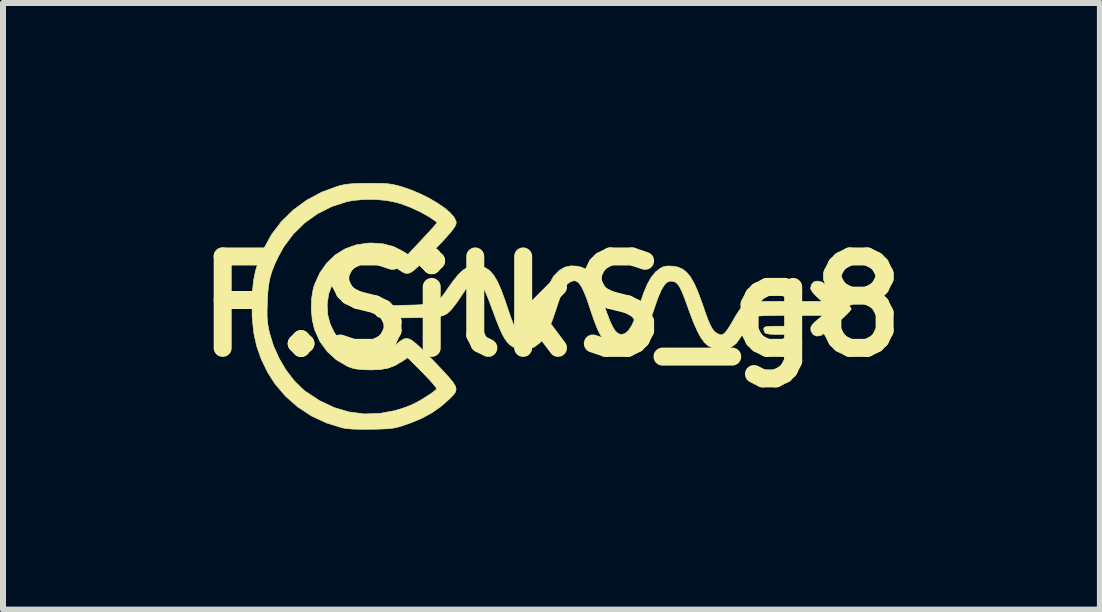
<source format=kicad_pcb>
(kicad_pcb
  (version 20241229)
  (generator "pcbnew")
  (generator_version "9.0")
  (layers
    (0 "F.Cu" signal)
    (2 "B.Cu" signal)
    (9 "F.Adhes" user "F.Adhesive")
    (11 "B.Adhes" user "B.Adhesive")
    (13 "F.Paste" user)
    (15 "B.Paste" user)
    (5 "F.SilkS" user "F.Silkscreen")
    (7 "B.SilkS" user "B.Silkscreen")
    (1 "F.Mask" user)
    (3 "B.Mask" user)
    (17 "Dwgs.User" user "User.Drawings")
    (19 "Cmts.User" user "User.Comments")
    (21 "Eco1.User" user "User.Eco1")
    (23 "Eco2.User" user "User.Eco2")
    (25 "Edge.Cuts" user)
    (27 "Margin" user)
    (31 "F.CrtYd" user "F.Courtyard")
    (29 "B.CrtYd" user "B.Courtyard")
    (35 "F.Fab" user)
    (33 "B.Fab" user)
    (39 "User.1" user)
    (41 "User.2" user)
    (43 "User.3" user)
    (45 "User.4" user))
  (footprint "F.SilkS_g8"
    (layer "F.Cu")
    (at 6.14 2.058)
    (property "Reference" "F.SilkS_g8" (at 0 0 0) (layer "F.SilkS") (effects (font (size 1.524 1.524) (thickness 0.3))))
    (attr through_hole)
    (fp_poly (pts (xy 3.946 0.328) (xy 4.025 0.33) (xy 4.076 0.333) (xy 4.104 0.341) (xy 4.118 0.353) (xy 4.123 0.371) (xy 4.124 0.379) (xy 4.119 0.425) (xy 4.103 0.447) (xy 4.071 0.454) (xy 4.007 0.46) (xy 3.92 0.464) (xy 3.828 0.465) (xy 3.715 0.464) (xy 3.637 0.46) (xy 3.587 0.452) (xy 3.561 0.439) (xy 3.557 0.435) (xy 3.538 0.389) (xy 3.539 0.366) (xy 3.545 0.351) (xy 3.563 0.34) (xy 3.597 0.333) (xy 3.656 0.33) (xy 3.746 0.328) (xy 3.831 0.328) (xy 3.946 0.328)) (stroke (width 0.01) (type solid)) (fill yes) (layer "F.SilkS"))
    (fp_poly (pts (xy -2.9 -2.052) (xy -2.795 -2.05) (xy -2.713 -2.044) (xy -2.643 -2.033) (xy -2.575 -2.018) (xy -2.516 -2.002) (xy -2.354 -1.948) (xy -2.195 -1.882) (xy -2.045 -1.808) (xy -1.907 -1.728) (xy -1.788 -1.647) (xy -1.692 -1.566) (xy -1.625 -1.491) (xy -1.591 -1.423) (xy -1.587 -1.399) (xy -1.592 -1.371) (xy -1.608 -1.336) (xy -1.639 -1.29) (xy -1.685 -1.231) (xy -1.752 -1.155) (xy -1.84 -1.06) (xy -1.953 -0.941) (xy -2.094 -0.796) (xy -2.101 -0.788) (xy -2.2 -0.688) (xy -2.277 -0.617) (xy -2.338 -0.572) (xy -2.389 -0.552) (xy -2.438 -0.555) (xy -2.489 -0.579) (xy -2.551 -0.621) (xy -2.569 -0.635) (xy -2.694 -0.715) (xy -2.818 -0.762) (xy -2.958 -0.782) (xy -3.014 -0.783) (xy -3.178 -0.763) (xy -3.328 -0.707) (xy -3.46 -0.619) (xy -3.571 -0.504) (xy -3.656 -0.366) (xy -3.713 -0.21) (xy -3.738 -0.039) (xy -3.729 0.136) (xy -3.688 0.29) (xy -3.618 0.436) (xy -3.524 0.564) (xy -3.414 0.668) (xy -3.292 0.739) (xy -3.26 0.751) (xy -3.147 0.777) (xy -3.02 0.785) (xy -2.896 0.778) (xy -2.791 0.754) (xy -2.768 0.745) (xy -2.701 0.708) (xy -2.623 0.656) (xy -2.572 0.617) (xy -2.504 0.565) (xy -2.448 0.536) (xy -2.396 0.533) (xy -2.339 0.556) (xy -2.27 0.608) (xy -2.181 0.689) (xy -2.177 0.693) (xy -2.095 0.774) (xy -1.996 0.874) (xy -1.894 0.98) (xy -1.799 1.081) (xy -1.796 1.084) (xy -1.703 1.187) (xy -1.638 1.266) (xy -1.601 1.328) (xy -1.589 1.379) (xy -1.601 1.426) (xy -1.637 1.476) (xy -1.695 1.535) (xy -1.709 1.548) (xy -1.851 1.672) (xy -1.997 1.774) (xy -2.157 1.86) (xy -2.343 1.938) (xy -2.44 1.972) (xy -2.515 1.997) (xy -2.578 2.015) (xy -2.64 2.027) (xy -2.71 2.035) (xy -2.797 2.04) (xy -2.911 2.044) (xy -2.995 2.045) (xy -3.17 2.046) (xy -3.307 2.043) (xy -3.413 2.034) (xy -3.483 2.022) (xy -3.75 1.94) (xy -4 1.823) (xy -4.23 1.672) (xy -4.434 1.492) (xy -4.609 1.286) (xy -4.729 1.098) (xy -4.835 0.881) (xy -4.912 0.662) (xy -4.962 0.434) (xy -4.987 0.187) (xy -4.989 0.061) (xy -4.739 0.061) (xy -4.739 0.161) (xy -4.734 0.243) (xy -4.723 0.322) (xy -4.706 0.407) (xy -4.7 0.436) (xy -4.634 0.651) (xy -4.54 0.862) (xy -4.423 1.06) (xy -4.288 1.236) (xy -4.141 1.381) (xy -4.103 1.412) (xy -3.865 1.569) (xy -3.621 1.684) (xy -3.371 1.758) (xy -3.115 1.79) (xy -2.852 1.78) (xy -2.611 1.735) (xy -2.509 1.705) (xy -2.402 1.668) (xy -2.314 1.631) (xy -2.236 1.591) (xy -2.15 1.542) (xy -2.066 1.489) (xy -1.991 1.439) (xy -1.937 1.397) (xy -1.914 1.374) (xy -1.923 1.351) (xy -1.96 1.304) (xy -2.019 1.236) (xy -2.097 1.153) (xy -2.148 1.101) (xy -2.397 0.852) (xy -2.49 0.914) (xy -2.605 0.982) (xy -2.719 1.026) (xy -2.847 1.049) (xy -2.998 1.056) (xy -3.059 1.055) (xy -3.171 1.049) (xy -3.254 1.041) (xy -3.32 1.026) (xy -3.38 1.005) (xy -3.408 0.992) (xy -3.588 0.886) (xy -3.738 0.749) (xy -3.858 0.584) (xy -3.945 0.391) (xy -3.948 0.383) (xy -3.986 0.225) (xy -4.003 0.05) (xy -3.998 -0.127) (xy -3.971 -0.291) (xy -3.95 -0.362) (xy -3.861 -0.559) (xy -3.744 -0.725) (xy -3.601 -0.861) (xy -3.436 -0.963) (xy -3.25 -1.029) (xy -3.048 -1.057) (xy -3 -1.058) (xy -2.804 -1.044) (xy -2.633 -0.999) (xy -2.492 -0.929) (xy -2.392 -0.868) (xy -2.248 -1.021) (xy -2.133 -1.144) (xy -2.045 -1.239) (xy -1.981 -1.309) (xy -1.938 -1.358) (xy -1.914 -1.388) (xy -1.906 -1.402) (xy -1.907 -1.404) (xy -2.03 -1.49) (xy -2.181 -1.575) (xy -2.346 -1.651) (xy -2.51 -1.713) (xy -2.593 -1.737) (xy -2.755 -1.768) (xy -2.937 -1.784) (xy -3.125 -1.784) (xy -3.301 -1.768) (xy -3.408 -1.748) (xy -3.664 -1.665) (xy -3.901 -1.545) (xy -4.115 -1.392) (xy -4.302 -1.208) (xy -4.461 -0.996) (xy -4.55 -0.836) (xy -4.615 -0.699) (xy -4.661 -0.58) (xy -4.694 -0.465) (xy -4.716 -0.343) (xy -4.729 -0.2) (xy -4.735 -0.069) (xy -4.739 0.061) (xy -4.989 0.061) (xy -4.99 -0.088) (xy -4.99 -0.095) (xy -4.98 -0.286) (xy -4.962 -0.447) (xy -4.932 -0.594) (xy -4.888 -0.738) (xy -4.826 -0.893) (xy -4.795 -0.962) (xy -4.664 -1.201) (xy -4.498 -1.418) (xy -4.301 -1.61) (xy -4.078 -1.773) (xy -3.832 -1.905) (xy -3.566 -2.003) (xy -3.526 -2.014) (xy -3.453 -2.031) (xy -3.371 -2.042) (xy -3.273 -2.049) (xy -3.149 -2.052) (xy -3.036 -2.053) (xy -2.9 -2.052)) (stroke (width 0.01) (type solid)) (fill yes) (layer "F.SilkS"))
    (fp_poly (pts (xy 0.436 -0.671) (xy 0.518 -0.649) (xy 0.589 -0.607) (xy 0.652 -0.542) (xy 0.711 -0.45) (xy 0.769 -0.326) (xy 0.829 -0.167) (xy 0.868 -0.053) (xy 0.925 0.114) (xy 0.975 0.243) (xy 1.02 0.339) (xy 1.062 0.405) (xy 1.104 0.445) (xy 1.147 0.464) (xy 1.171 0.466) (xy 1.228 0.449) (xy 1.284 0.399) (xy 1.34 0.313) (xy 1.396 0.189) (xy 1.454 0.026) (xy 1.473 -0.038) (xy 1.535 -0.223) (xy 1.597 -0.371) (xy 1.662 -0.486) (xy 1.732 -0.573) (xy 1.811 -0.635) (xy 1.813 -0.637) (xy 1.868 -0.664) (xy 1.928 -0.675) (xy 2.01 -0.673) (xy 2.102 -0.658) (xy 2.182 -0.625) (xy 2.253 -0.57) (xy 2.319 -0.489) (xy 2.382 -0.378) (xy 2.445 -0.233) (xy 2.512 -0.051) (xy 2.519 -0.03) (xy 2.57 0.118) (xy 2.612 0.23) (xy 2.649 0.314) (xy 2.682 0.373) (xy 2.715 0.414) (xy 2.751 0.443) (xy 2.77 0.453) (xy 2.816 0.473) (xy 2.849 0.469) (xy 2.883 0.446) (xy 2.915 0.409) (xy 2.959 0.346) (xy 3.007 0.267) (xy 3.028 0.23) (xy 3.078 0.143) (xy 3.131 0.062) (xy 3.178 0.000263) (xy 3.192 -0.015) (xy 3.261 -0.085) (xy 3.884 -0.085) (xy 4.508 -0.085) (xy 4.413 -0.172) (xy 4.362 -0.225) (xy 4.328 -0.274) (xy 4.318 -0.3) (xy 4.333 -0.371) (xy 4.375 -0.412) (xy 4.435 -0.425) (xy 4.508 -0.406) (xy 4.587 -0.355) (xy 4.587 -0.355) (xy 4.734 -0.228) (xy 4.848 -0.125) (xy 4.93 -0.045) (xy 4.98 0.011) (xy 4.995 0.041) (xy 4.98 0.067) (xy 4.937 0.112) (xy 4.876 0.172) (xy 4.801 0.239) (xy 4.72 0.309) (xy 4.641 0.374) (xy 4.569 0.43) (xy 4.512 0.469) (xy 4.483 0.485) (xy 4.414 0.492) (xy 4.358 0.465) (xy 4.326 0.408) (xy 4.322 0.388) (xy 4.323 0.347) (xy 4.341 0.31) (xy 4.383 0.266) (xy 4.417 0.236) (xy 4.519 0.148) (xy 3.957 0.148) (xy 3.773 0.149) (xy 3.628 0.151) (xy 3.517 0.154) (xy 3.439 0.159) (xy 3.388 0.165) (xy 3.362 0.173) (xy 3.361 0.175) (xy 3.336 0.204) (xy 3.298 0.261) (xy 3.253 0.337) (xy 3.228 0.381) (xy 3.179 0.467) (xy 3.13 0.545) (xy 3.088 0.603) (xy 3.074 0.619) (xy 2.988 0.681) (xy 2.883 0.711) (xy 2.769 0.711) (xy 2.658 0.679) (xy 2.606 0.65) (xy 2.549 0.599) (xy 2.491 0.52) (xy 2.432 0.411) (xy 2.368 0.267) (xy 2.299 0.086) (xy 2.276 0.021) (xy 2.223 -0.125) (xy 2.18 -0.236) (xy 2.142 -0.315) (xy 2.107 -0.369) (xy 2.071 -0.402) (xy 2.031 -0.418) (xy 1.984 -0.423) (xy 1.977 -0.423) (xy 1.928 -0.406) (xy 1.878 -0.355) (xy 1.826 -0.266) (xy 1.772 -0.139) (xy 1.715 0.025) (xy 1.651 0.215) (xy 1.59 0.367) (xy 1.532 0.486) (xy 1.474 0.575) (xy 1.413 0.638) (xy 1.347 0.679) (xy 1.332 0.686) (xy 1.204 0.718) (xy 1.085 0.708) (xy 0.976 0.658) (xy 0.891 0.581) (xy 0.846 0.524) (xy 0.805 0.456) (xy 0.764 0.37) (xy 0.721 0.259) (xy 0.671 0.118) (xy 0.646 0.043) (xy 0.591 -0.121) (xy 0.542 -0.246) (xy 0.497 -0.337) (xy 0.454 -0.395) (xy 0.411 -0.425) (xy 0.366 -0.43) (xy 0.317 -0.412) (xy 0.27 -0.381) (xy 0.229 -0.335) (xy 0.19 -0.269) (xy 0.151 -0.175) (xy 0.107 -0.049) (xy 0.092 0) (xy 0.028 0.19) (xy -0.031 0.343) (xy -0.089 0.462) (xy -0.146 0.552) (xy -0.185 0.598) (xy -0.286 0.674) (xy -0.399 0.713) (xy -0.517 0.715) (xy -0.632 0.679) (xy -0.645 0.671) (xy -0.693 0.638) (xy -0.737 0.594) (xy -0.78 0.534) (xy -0.824 0.453) (xy -0.872 0.345) (xy -0.927 0.207) (xy -0.983 0.055) (xy -1.043 -0.104) (xy -1.092 -0.225) (xy -1.135 -0.314) (xy -1.172 -0.374) (xy -1.207 -0.409) (xy -1.241 -0.423) (xy -1.251 -0.423) (xy -1.295 -0.418) (xy -1.335 -0.398) (xy -1.377 -0.356) (xy -1.428 -0.288) (xy -1.472 -0.221) (xy -1.53 -0.135) (xy -1.588 -0.053) (xy -1.637 0.011) (xy -1.653 0.031) (xy -1.693 0.075) (xy -1.73 0.11) (xy -1.771 0.136) (xy -1.82 0.155) (xy -1.883 0.168) (xy -1.967 0.176) (xy -2.078 0.182) (xy -2.22 0.185) (xy -2.353 0.187) (xy -2.543 0.189) (xy -2.691 0.188) (xy -2.8 0.184) (xy -2.869 0.178) (xy -2.898 0.17) (xy -2.93 0.134) (xy -2.943 0.081) (xy -2.935 0.031) (xy -2.916 0.007) (xy -2.887 0.001) (xy -2.823 -0.005) (xy -2.731 -0.011) (xy -2.615 -0.016) (xy -2.485 -0.02) (xy -2.445 -0.021) (xy -2.281 -0.025) (xy -2.152 -0.031) (xy -2.053 -0.041) (xy -1.977 -0.057) (xy -1.917 -0.082) (xy -1.867 -0.119) (xy -1.821 -0.169) (xy -1.771 -0.236) (xy -1.73 -0.297) (xy -1.635 -0.43) (xy -1.554 -0.53) (xy -1.482 -0.6) (xy -1.413 -0.645) (xy -1.342 -0.67) (xy -1.264 -0.677) (xy -1.259 -0.677) (xy -1.172 -0.669) (xy -1.096 -0.643) (xy -1.027 -0.596) (xy -0.964 -0.523) (xy -0.903 -0.422) (xy -0.843 -0.288) (xy -0.78 -0.119) (xy -0.729 0.032) (xy -0.678 0.183) (xy -0.633 0.298) (xy -0.59 0.379) (xy -0.548 0.431) (xy -0.504 0.459) (xy -0.46 0.466) (xy -0.403 0.446) (xy -0.345 0.394) (xy -0.298 0.323) (xy -0.283 0.288) (xy -0.257 0.22) (xy -0.223 0.128) (xy -0.183 0.019) (xy -0.148 -0.078) (xy -0.095 -0.221) (xy -0.046 -0.342) (xy -0.003 -0.436) (xy 0.032 -0.497) (xy 0.038 -0.507) (xy 0.13 -0.601) (xy 0.223 -0.656) (xy 0.325 -0.677) (xy 0.34 -0.677) (xy 0.436 -0.671)) (stroke (width 0.01) (type solid)) (fill yes) (layer "F.SilkS")))
  (gr_rect
    (start -3 -3)
    (end 15.279 7.109)
    (stroke (width 0.1) (type default))
    (fill no)
    (layer "Edge.Cuts")))
</source>
